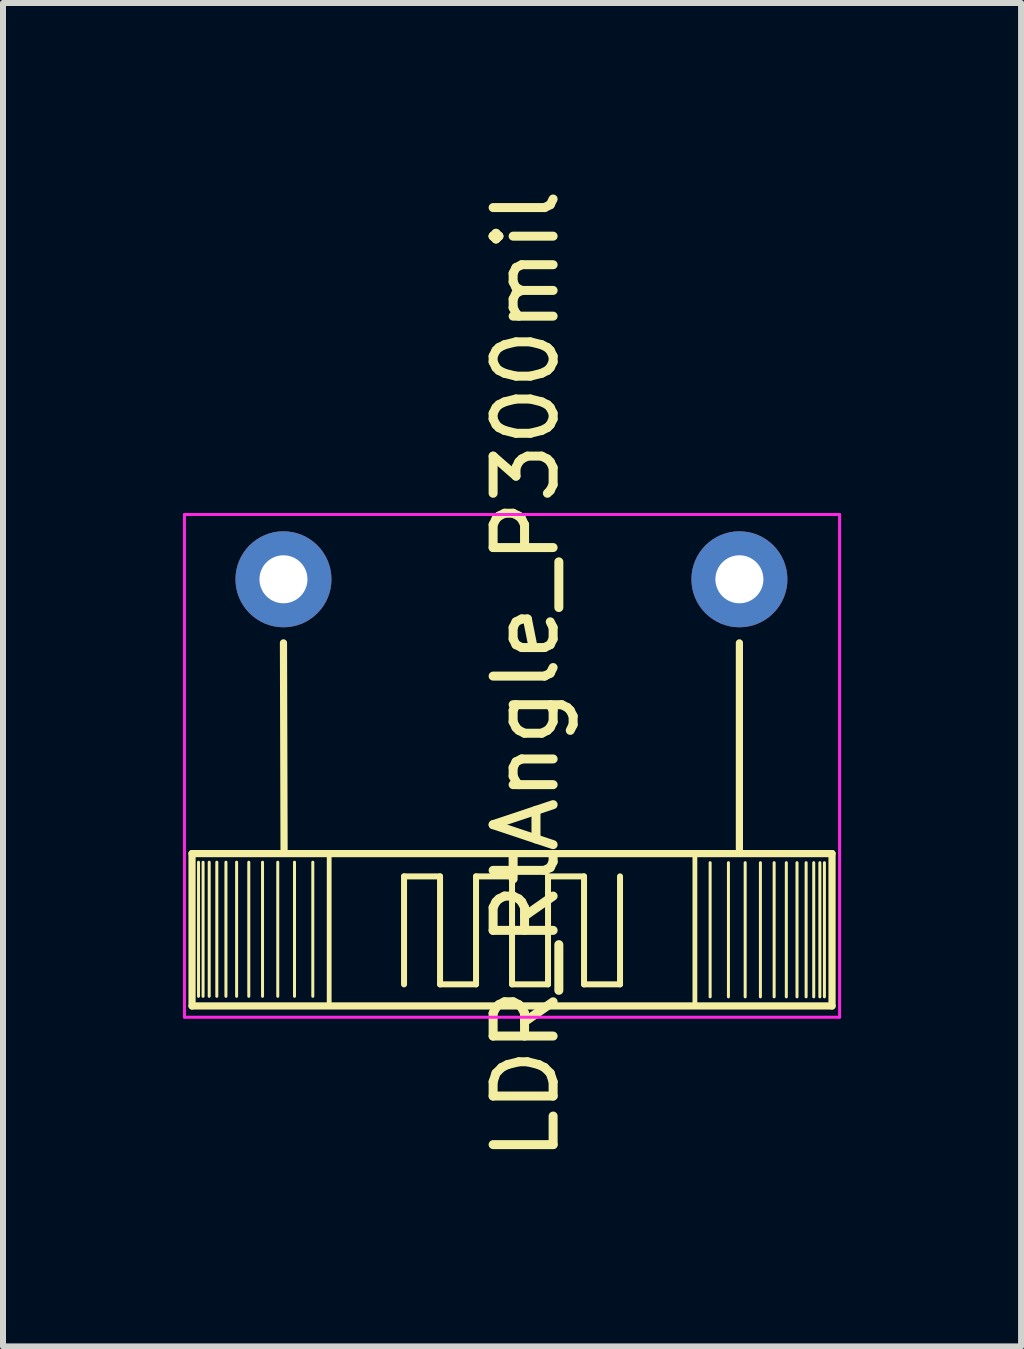
<source format=kicad_pcb>
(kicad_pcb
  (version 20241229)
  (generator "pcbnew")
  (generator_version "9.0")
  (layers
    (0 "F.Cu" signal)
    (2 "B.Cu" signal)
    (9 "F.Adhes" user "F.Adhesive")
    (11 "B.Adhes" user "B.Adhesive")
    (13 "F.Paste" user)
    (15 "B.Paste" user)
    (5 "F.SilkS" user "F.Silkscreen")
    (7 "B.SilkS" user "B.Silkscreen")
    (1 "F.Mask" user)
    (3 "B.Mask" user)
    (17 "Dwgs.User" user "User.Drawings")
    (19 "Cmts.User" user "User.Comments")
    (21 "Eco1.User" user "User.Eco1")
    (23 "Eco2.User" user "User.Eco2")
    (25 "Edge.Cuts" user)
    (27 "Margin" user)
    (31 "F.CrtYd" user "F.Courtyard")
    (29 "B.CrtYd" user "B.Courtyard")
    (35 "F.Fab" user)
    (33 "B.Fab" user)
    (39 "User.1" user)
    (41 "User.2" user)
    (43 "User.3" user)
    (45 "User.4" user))
  (footprint "LDR_RtAngle_P300mil"
    (layer "F.Cu")
    (at 5.475 6.606)
    (property "Reference" "LDR_RtAngle_P300mil" (at 0.24 1.59 270) (layer "F.SilkS") (effects (font (size 1 1) (thickness 0.15))))
    (attr through_hole)
    (fp_line (start -5.324 4.572) (end -5.324 7.112) (stroke (width 0.12) (type solid)) (layer "F.SilkS"))
    (fp_line (start -5.324 4.572) (end 5.344 4.572) (stroke (width 0.12) (type solid)) (layer "F.SilkS"))
    (fp_line (start -5.324 7.112) (end 5.344 7.112) (stroke (width 0.12) (type solid)) (layer "F.SilkS"))
    (fp_line (start -5.216 6.951) (end -5.216 4.716) (stroke (width 0.05) (type solid)) (layer "F.SilkS"))
    (fp_line (start -5.14 6.951) (end -5.14 4.716) (stroke (width 0.05) (type solid)) (layer "F.SilkS"))
    (fp_line (start -5.038 6.951) (end -5.038 4.716) (stroke (width 0.05) (type solid)) (layer "F.SilkS"))
    (fp_line (start -4.911 6.951) (end -4.911 4.716) (stroke (width 0.05) (type solid)) (layer "F.SilkS"))
    (fp_line (start -4.759 6.951) (end -4.759 4.716) (stroke (width 0.05) (type solid)) (layer "F.SilkS"))
    (fp_line (start -4.581 6.951) (end -4.581 4.716) (stroke (width 0.05) (type solid)) (layer "F.SilkS"))
    (fp_line (start -4.378 6.951) (end -4.378 4.716) (stroke (width 0.05) (type solid)) (layer "F.SilkS"))
    (fp_line (start -4.149 6.951) (end -4.149 4.716) (stroke (width 0.05) (type solid)) (layer "F.SilkS"))
    (fp_line (start -3.895 6.951) (end -3.895 4.716) (stroke (width 0.05) (type solid)) (layer "F.SilkS"))
    (fp_line (start -3.8 1.06) (end -3.79 4.5) (stroke (width 0.12) (type solid)) (layer "F.SilkS"))
    (fp_line (start -3.616 6.951) (end -3.616 4.716) (stroke (width 0.05) (type solid)) (layer "F.SilkS"))
    (fp_line (start -3.311 6.951) (end -3.311 4.716) (stroke (width 0.05) (type solid)) (layer "F.SilkS"))
    (fp_line (start -3.038 4.572) (end -3.038 7.112) (stroke (width 0.08) (type solid)) (layer "F.SilkS"))
    (fp_line (start -1.79 4.952) (end -1.19 4.952) (stroke (width 0.1) (type solid)) (layer "F.SilkS"))
    (fp_line (start -1.79 6.752) (end -1.79 4.952) (stroke (width 0.1) (type solid)) (layer "F.SilkS"))
    (fp_line (start -1.19 4.952) (end -1.19 6.752) (stroke (width 0.1) (type solid)) (layer "F.SilkS"))
    (fp_line (start -1.19 6.752) (end -0.59 6.752) (stroke (width 0.1) (type solid)) (layer "F.SilkS"))
    (fp_line (start -0.59 4.952) (end 0.01 4.952) (stroke (width 0.1) (type solid)) (layer "F.SilkS"))
    (fp_line (start -0.59 6.752) (end -0.59 4.952) (stroke (width 0.1) (type solid)) (layer "F.SilkS"))
    (fp_line (start 0.01 4.952) (end 0.01 6.752) (stroke (width 0.1) (type solid)) (layer "F.SilkS"))
    (fp_line (start 0.01 6.752) (end 0.61 6.752) (stroke (width 0.1) (type solid)) (layer "F.SilkS"))
    (fp_line (start 0.61 4.952) (end 1.21 4.952) (stroke (width 0.1) (type solid)) (layer "F.SilkS"))
    (fp_line (start 0.61 6.752) (end 0.61 4.952) (stroke (width 0.1) (type solid)) (layer "F.SilkS"))
    (fp_line (start 1.21 4.952) (end 1.21 6.752) (stroke (width 0.1) (type solid)) (layer "F.SilkS"))
    (fp_line (start 1.21 6.752) (end 1.81 6.752) (stroke (width 0.1) (type solid)) (layer "F.SilkS"))
    (fp_line (start 1.81 6.752) (end 1.81 4.952) (stroke (width 0.1) (type solid)) (layer "F.SilkS"))
    (fp_line (start 3.058 4.572) (end 3.058 7.112) (stroke (width 0.08) (type solid)) (layer "F.SilkS"))
    (fp_line (start 3.312 4.724) (end 3.312 6.96) (stroke (width 0.05) (type solid)) (layer "F.SilkS"))
    (fp_line (start 3.617 4.724) (end 3.617 6.96) (stroke (width 0.05) (type solid)) (layer "F.SilkS"))
    (fp_line (start 3.8 1.06) (end 3.8 4.5) (stroke (width 0.12) (type solid)) (layer "F.SilkS"))
    (fp_line (start 3.896 4.724) (end 3.896 6.96) (stroke (width 0.05) (type solid)) (layer "F.SilkS"))
    (fp_line (start 4.15 4.724) (end 4.15 6.96) (stroke (width 0.05) (type solid)) (layer "F.SilkS"))
    (fp_line (start 4.379 4.724) (end 4.379 6.96) (stroke (width 0.05) (type solid)) (layer "F.SilkS"))
    (fp_line (start 4.582 4.724) (end 4.582 6.96) (stroke (width 0.05) (type solid)) (layer "F.SilkS"))
    (fp_line (start 4.76 4.724) (end 4.76 6.96) (stroke (width 0.05) (type solid)) (layer "F.SilkS"))
    (fp_line (start 4.912 4.724) (end 4.912 6.96) (stroke (width 0.05) (type solid)) (layer "F.SilkS"))
    (fp_line (start 5.039 4.724) (end 5.039 6.96) (stroke (width 0.05) (type solid)) (layer "F.SilkS"))
    (fp_line (start 5.141 4.724) (end 5.141 6.96) (stroke (width 0.05) (type solid)) (layer "F.SilkS"))
    (fp_line (start 5.217 4.724) (end 5.217 6.96) (stroke (width 0.05) (type solid)) (layer "F.SilkS"))
    (fp_line (start 5.344 4.572) (end 5.344 7.112) (stroke (width 0.12) (type solid)) (layer "F.SilkS"))
    (fp_line (start -5.45 7.3) (end -5.45 -1.08) (stroke (width 0.05) (type solid)) (layer "F.CrtYd"))
    (fp_line (start 5.47 -1.08) (end -5.45 -1.08) (stroke (width 0.05) (type solid)) (layer "F.CrtYd"))
    (fp_line (start 5.47 7.3) (end -5.45 7.3) (stroke (width 0.05) (type solid)) (layer "F.CrtYd"))
    (fp_line (start 5.47 7.3) (end 5.47 -1.08) (stroke (width 0.05) (type solid)) (layer "F.CrtYd"))
    (pad "1" thru_hole circle (at -3.8 0) (size 1.6 1.6) (drill 0.8) (layers "*.Cu" "*.Mask"))
    (pad "2" thru_hole circle (at 3.8 0) (size 1.6 1.6) (drill 0.8) (layers "*.Cu" "*.Mask")))
  (gr_rect
    (start -3 -3)
    (end 13.97 19.393)
    (stroke (width 0.1) (type default))
    (fill no)
    (layer "Edge.Cuts")))
</source>
